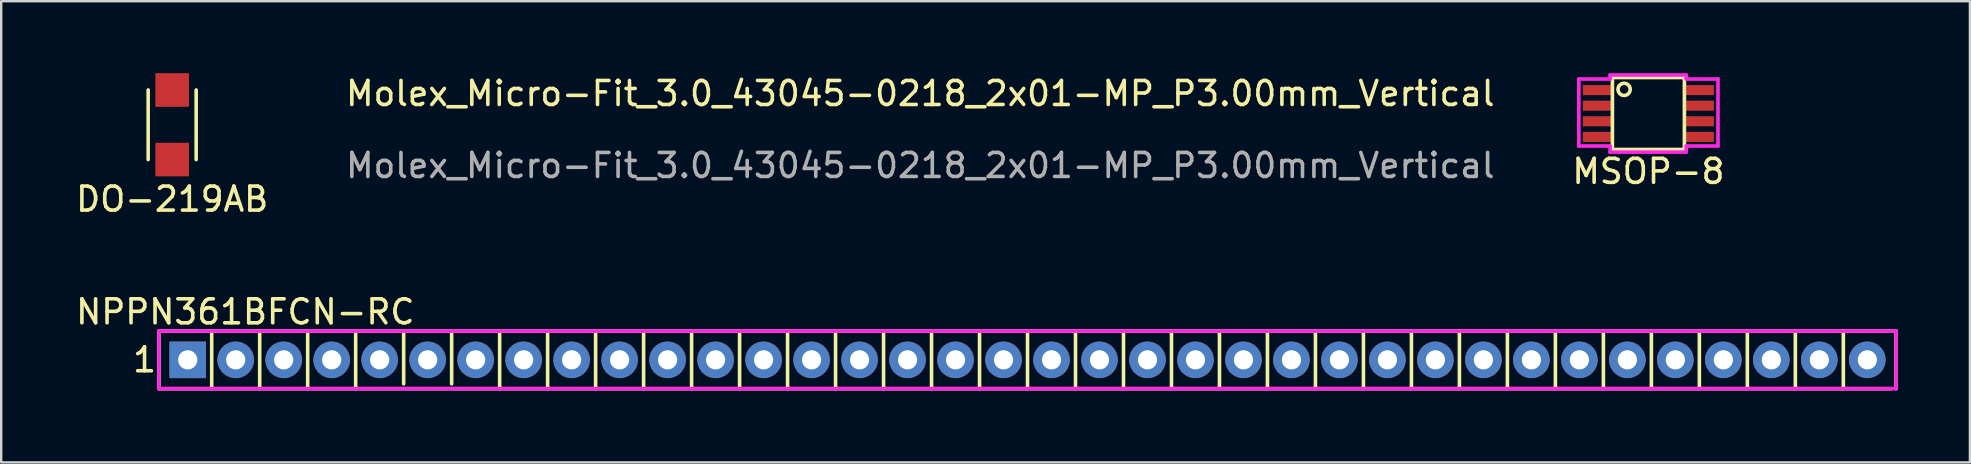
<source format=kicad_pcb>
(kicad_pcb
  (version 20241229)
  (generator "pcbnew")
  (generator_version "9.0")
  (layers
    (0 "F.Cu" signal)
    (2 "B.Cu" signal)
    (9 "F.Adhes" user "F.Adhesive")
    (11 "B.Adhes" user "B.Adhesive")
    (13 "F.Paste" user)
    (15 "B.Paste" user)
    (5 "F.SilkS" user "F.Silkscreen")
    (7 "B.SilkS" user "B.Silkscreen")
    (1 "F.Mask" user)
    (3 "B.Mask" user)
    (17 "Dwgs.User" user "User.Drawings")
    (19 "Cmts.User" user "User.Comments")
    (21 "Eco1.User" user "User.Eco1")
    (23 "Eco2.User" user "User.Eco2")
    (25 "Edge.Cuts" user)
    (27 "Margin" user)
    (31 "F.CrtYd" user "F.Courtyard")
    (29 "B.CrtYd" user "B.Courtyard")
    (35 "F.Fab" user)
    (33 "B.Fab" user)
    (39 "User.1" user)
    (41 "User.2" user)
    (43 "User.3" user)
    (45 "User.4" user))
  (footprint "DO-219AB"
    (layer "F.Cu")
    (at 4.125 2.15)
    (property "Reference" "DO-219AB" (at 0 3.1 0) (layer "F.SilkS") (effects (font (size 1 1) (thickness 0.15))))
    (attr through_hole)
    (fp_line (start -1 -1.45) (end -1 1.45) (stroke (width 0.15) (type solid)) (layer "F.SilkS"))
    (fp_line (start 1 -1.45) (end 1 1.45) (stroke (width 0.15) (type solid)) (layer "F.SilkS"))
    (pad "1" smd rect (at 0 -1.45) (size 1.4 1.4) (layers "F.Cu" "F.Mask" "F.Paste"))
    (pad "2" smd rect (at 0 1.45) (size 1.4 1.4) (layers "F.Cu" "F.Mask" "F.Paste")))
  (footprint "Molex_Micro-Fit_3.0_43045-0218_2x01-MP_P3.00mm_Vertical"
    (layer "F.Cu")
    (at 35.304 1.348)
    (property "Reference" "Molex_Micro-Fit_3.0_43045-0218_2x01-MP_P3.00mm_Vertical" (at 0 -0.5 0) (unlocked yes) (layer "F.SilkS") (effects (font (size 1 1) (thickness 0.15))))
    (attr smd)
    (fp_text user "${REFERENCE}" (at 0 2.5 0) (unlocked yes) (layer "F.Fab") (effects (font (size 1 1) (thickness 0.15)))))
  (footprint "MSOP-8"
    (layer "F.Cu")
    (at 65.649 1.68)
    (property "Reference" "MSOP-8" (at 0 2.413 0) (layer "F.SilkS") (effects (font (size 1 1) (thickness 0.15))))
    (attr smd)
    (fp_line (start -1.5 -1.5) (end -1.5 1.5) (stroke (width 0.15) (type solid)) (layer "F.SilkS"))
    (fp_line (start -1.5 1.5) (end 1.5 1.5) (stroke (width 0.15) (type solid)) (layer "F.SilkS"))
    (fp_line (start 1.5 -1.5) (end -1.5 -1.5) (stroke (width 0.15) (type solid)) (layer "F.SilkS"))
    (fp_line (start 1.5 1.5) (end 1.5 -1.5) (stroke (width 0.15) (type solid)) (layer "F.SilkS"))
    (fp_circle (center -1.013 -1.006) (end -1.013 -1.26) (stroke (width 0.15) (type solid)) (fill no) (layer "F.SilkS"))
    (fp_line (start -2.9 -1.438) (end -2.9 1.356) (stroke (width 0.15) (type solid)) (layer "F.CrtYd"))
    (fp_line (start -2.9 1.356) (end -1.597 1.356) (stroke (width 0.15) (type solid)) (layer "F.CrtYd"))
    (fp_line (start -1.597 -1.605) (end -1.597 -1.438) (stroke (width 0.15) (type solid)) (layer "F.CrtYd"))
    (fp_line (start -1.597 -1.438) (end -2.9 -1.438) (stroke (width 0.15) (type solid)) (layer "F.CrtYd"))
    (fp_line (start -1.597 1.356) (end -1.597 1.61) (stroke (width 0.15) (type solid)) (layer "F.CrtYd"))
    (fp_line (start -1.597 1.61) (end 1.577 1.61) (stroke (width 0.15) (type solid)) (layer "F.CrtYd"))
    (fp_line (start 1.577 -1.605) (end -1.597 -1.605) (stroke (width 0.15) (type solid)) (layer "F.CrtYd"))
    (fp_line (start 1.577 -1.438) (end 1.577 -1.605) (stroke (width 0.15) (type solid)) (layer "F.CrtYd"))
    (fp_line (start 1.577 1.356) (end 2.9 1.356) (stroke (width 0.15) (type solid)) (layer "F.CrtYd"))
    (fp_line (start 1.577 1.61) (end 1.577 1.356) (stroke (width 0.15) (type solid)) (layer "F.CrtYd"))
    (fp_line (start 2.9 -1.438) (end 1.577 -1.438) (stroke (width 0.15) (type solid)) (layer "F.CrtYd"))
    (fp_line (start 2.9 1.356) (end 2.9 -1.438) (stroke (width 0.15) (type solid)) (layer "F.CrtYd"))
    (pad "1" smd rect (at -2.106 -0.975) (size 1.25 0.42) (layers "F.Cu" "F.Mask" "F.Paste"))
    (pad "2" smd rect (at -2.106 -0.325) (size 1.25 0.42) (layers "F.Cu" "F.Mask" "F.Paste"))
    (pad "3" smd rect (at -2.106 0.325) (size 1.25 0.42) (layers "F.Cu" "F.Mask" "F.Paste"))
    (pad "4" smd rect (at -2.106 0.975) (size 1.25 0.42) (layers "F.Cu" "F.Mask" "F.Paste"))
    (pad "5" smd rect (at 2.106 0.975) (size 1.25 0.42) (layers "F.Cu" "F.Mask" "F.Paste"))
    (pad "6" smd rect (at 2.106 0.325) (size 1.25 0.42) (layers "F.Cu" "F.Mask" "F.Paste"))
    (pad "7" smd rect (at 2.106 -0.325) (size 1.25 0.42) (layers "F.Cu" "F.Mask" "F.Paste"))
    (pad "8" smd rect (at 2.106 -0.975) (size 1.25 0.42) (layers "F.Cu" "F.Mask" "F.Paste")))
  (footprint "NPPN361BFCN-RC"
    (layer "F.Cu")
    (at 4.773 11.947)
    (property "Reference" "NPPN361BFCN-RC" (at 2.4 -2 0) (layer "F.SilkS") (effects (font (size 1 1) (thickness 0.15))))
    (attr through_hole)
    (fp_line (start -1.2 -1.2) (end -1.2 1.2) (stroke (width 0.15) (type solid)) (layer "F.SilkS"))
    (fp_line (start -1.2 -1.2) (end 71.2 -1.2) (stroke (width 0.15) (type solid)) (layer "F.SilkS"))
    (fp_line (start -1.2 1.2) (end 71 1.2) (stroke (width 0.15) (type solid)) (layer "F.SilkS"))
    (fp_line (start 1 -1.2) (end 1 1.2) (stroke (width 0.15) (type solid)) (layer "F.SilkS"))
    (fp_line (start 3 1.2) (end 3 -1.2) (stroke (width 0.15) (type solid)) (layer "F.SilkS"))
    (fp_line (start 5 -1.2) (end 5 1.2) (stroke (width 0.15) (type solid)) (layer "F.SilkS"))
    (fp_line (start 7 1.2) (end 7 -1.2) (stroke (width 0.15) (type solid)) (layer "F.SilkS"))
    (fp_line (start 9 1) (end 9 -1.2) (stroke (width 0.15) (type solid)) (layer "F.SilkS"))
    (fp_line (start 11 -1.2) (end 11 1) (stroke (width 0.15) (type solid)) (layer "F.SilkS"))
    (fp_line (start 13 1.2) (end 13 -1.2) (stroke (width 0.15) (type solid)) (layer "F.SilkS"))
    (fp_line (start 15 -1.2) (end 15 1.2) (stroke (width 0.15) (type solid)) (layer "F.SilkS"))
    (fp_line (start 17 1.2) (end 17 -1.2) (stroke (width 0.15) (type solid)) (layer "F.SilkS"))
    (fp_line (start 19 1.2) (end 19 -1.2) (stroke (width 0.15) (type solid)) (layer "F.SilkS"))
    (fp_line (start 21 -1.2) (end 21 1.2) (stroke (width 0.15) (type solid)) (layer "F.SilkS"))
    (fp_line (start 23 1.2) (end 23 -1.2) (stroke (width 0.15) (type solid)) (layer "F.SilkS"))
    (fp_line (start 25 -1.2) (end 25 1.2) (stroke (width 0.15) (type solid)) (layer "F.SilkS"))
    (fp_line (start 27 -1.2) (end 27 1.2) (stroke (width 0.15) (type solid)) (layer "F.SilkS"))
    (fp_line (start 29 1.2) (end 29 -1.2) (stroke (width 0.15) (type solid)) (layer "F.SilkS"))
    (fp_line (start 31 1.2) (end 31 -1.2) (stroke (width 0.15) (type solid)) (layer "F.SilkS"))
    (fp_line (start 33 1.2) (end 33 -1.2) (stroke (width 0.15) (type solid)) (layer "F.SilkS"))
    (fp_line (start 35 1.2) (end 35 -1.2) (stroke (width 0.15) (type solid)) (layer "F.SilkS"))
    (fp_line (start 37 1.2) (end 37 -1.2) (stroke (width 0.15) (type solid)) (layer "F.SilkS"))
    (fp_line (start 39 -1.2) (end 39 1.2) (stroke (width 0.15) (type solid)) (layer "F.SilkS"))
    (fp_line (start 41 1.2) (end 41 -1.2) (stroke (width 0.15) (type solid)) (layer "F.SilkS"))
    (fp_line (start 43 1.2) (end 43 -1.2) (stroke (width 0.15) (type solid)) (layer "F.SilkS"))
    (fp_line (start 45 -1.2) (end 45 1.2) (stroke (width 0.15) (type solid)) (layer "F.SilkS"))
    (fp_line (start 47 1.2) (end 47 -1.2) (stroke (width 0.15) (type solid)) (layer "F.SilkS"))
    (fp_line (start 49 -1.2) (end 49 1.2) (stroke (width 0.15) (type solid)) (layer "F.SilkS"))
    (fp_line (start 51 -1.2) (end 51 1.2) (stroke (width 0.15) (type solid)) (layer "F.SilkS"))
    (fp_line (start 53 1.2) (end 53 -1.2) (stroke (width 0.15) (type solid)) (layer "F.SilkS"))
    (fp_line (start 55 -1.2) (end 55 1.2) (stroke (width 0.15) (type solid)) (layer "F.SilkS"))
    (fp_line (start 57 -1.2) (end 57 1.2) (stroke (width 0.15) (type solid)) (layer "F.SilkS"))
    (fp_line (start 59 -1.2) (end 59 1.2) (stroke (width 0.15) (type solid)) (layer "F.SilkS"))
    (fp_line (start 61 1.2) (end 61 -1.2) (stroke (width 0.15) (type solid)) (layer "F.SilkS"))
    (fp_line (start 63 1.2) (end 63 -1.2) (stroke (width 0.15) (type solid)) (layer "F.SilkS"))
    (fp_line (start 65 1.2) (end 65 -1.2) (stroke (width 0.15) (type solid)) (layer "F.SilkS"))
    (fp_line (start 67 1.2) (end 67 -1.2) (stroke (width 0.15) (type solid)) (layer "F.SilkS"))
    (fp_line (start 69 1.2) (end 69 -1.2) (stroke (width 0.15) (type solid)) (layer "F.SilkS"))
    (fp_line (start 71.2 1.2) (end 71.2 -1.2) (stroke (width 0.15) (type solid)) (layer "F.SilkS"))
    (fp_line (start -1.2 -1.2) (end -1.2 1.2) (stroke (width 0.15) (type solid)) (layer "F.CrtYd"))
    (fp_line (start -1.2 1.2) (end 71.2 1.2) (stroke (width 0.15) (type solid)) (layer "F.CrtYd"))
    (fp_line (start 71.2 -1.2) (end -1.2 -1.2) (stroke (width 0.15) (type solid)) (layer "F.CrtYd"))
    (fp_line (start 71.2 1.2) (end 71.2 -1.2) (stroke (width 0.15) (type solid)) (layer "F.CrtYd"))
    (fp_text user "1" (at -1.8 0 0) (layer "F.SilkS") (effects (font (size 1 1) (thickness 0.15))))
    (pad "1" thru_hole rect (at 0 0) (size 1.524 1.524) (drill 0.8) (layers "*.Cu" "*.Mask"))
    (pad "2" thru_hole circle (at 2 0) (size 1.524 1.524) (drill 0.8) (layers "*.Cu" "*.Mask"))
    (pad "3" thru_hole circle (at 4 0) (size 1.524 1.524) (drill 0.8) (layers "*.Cu" "*.Mask"))
    (pad "4" thru_hole circle (at 6 0) (size 1.524 1.524) (drill 0.8) (layers "*.Cu" "*.Mask"))
    (pad "5" thru_hole circle (at 8 0) (size 1.524 1.524) (drill 0.8) (layers "*.Cu" "*.Mask"))
    (pad "6" thru_hole circle (at 10 0) (size 1.524 1.524) (drill 0.8) (layers "*.Cu" "*.Mask"))
    (pad "7" thru_hole circle (at 12 0) (size 1.524 1.524) (drill 0.8) (layers "*.Cu" "*.Mask"))
    (pad "8" thru_hole circle (at 14 0) (size 1.524 1.524) (drill 0.8) (layers "*.Cu" "*.Mask"))
    (pad "9" thru_hole circle (at 16 0) (size 1.524 1.524) (drill 0.8) (layers "*.Cu" "*.Mask"))
    (pad "10" thru_hole circle (at 18 0) (size 1.524 1.524) (drill 0.8) (layers "*.Cu" "*.Mask"))
    (pad "11" thru_hole circle (at 20 0) (size 1.524 1.524) (drill 0.8) (layers "*.Cu" "*.Mask"))
    (pad "12" thru_hole circle (at 22 0) (size 1.524 1.524) (drill 0.8) (layers "*.Cu" "*.Mask"))
    (pad "13" thru_hole circle (at 24 0) (size 1.524 1.524) (drill 0.8) (layers "*.Cu" "*.Mask"))
    (pad "14" thru_hole circle (at 26 0) (size 1.524 1.524) (drill 0.8) (layers "*.Cu" "*.Mask"))
    (pad "15" thru_hole circle (at 28 0) (size 1.524 1.524) (drill 0.8) (layers "*.Cu" "*.Mask"))
    (pad "16" thru_hole circle (at 30 0) (size 1.524 1.524) (drill 0.8) (layers "*.Cu" "*.Mask"))
    (pad "17" thru_hole circle (at 32 0) (size 1.524 1.524) (drill 0.8) (layers "*.Cu" "*.Mask"))
    (pad "18" thru_hole circle (at 34 0) (size 1.524 1.524) (drill 0.8) (layers "*.Cu" "*.Mask"))
    (pad "19" thru_hole circle (at 36 0) (size 1.524 1.524) (drill 0.8) (layers "*.Cu" "*.Mask"))
    (pad "20" thru_hole circle (at 38 0) (size 1.524 1.524) (drill 0.8) (layers "*.Cu" "*.Mask"))
    (pad "21" thru_hole circle (at 40 0) (size 1.524 1.524) (drill 0.8) (layers "*.Cu" "*.Mask"))
    (pad "22" thru_hole circle (at 42 0) (size 1.524 1.524) (drill 0.8) (layers "*.Cu" "*.Mask"))
    (pad "23" thru_hole circle (at 44 0) (size 1.524 1.524) (drill 0.8) (layers "*.Cu" "*.Mask"))
    (pad "24" thru_hole circle (at 46 0) (size 1.524 1.524) (drill 0.8) (layers "*.Cu" "*.Mask"))
    (pad "25" thru_hole circle (at 48 0) (size 1.524 1.524) (drill 0.8) (layers "*.Cu" "*.Mask"))
    (pad "26" thru_hole circle (at 50 0) (size 1.524 1.524) (drill 0.8) (layers "*.Cu" "*.Mask"))
    (pad "27" thru_hole circle (at 52 0) (size 1.524 1.524) (drill 0.8) (layers "*.Cu" "*.Mask"))
    (pad "28" thru_hole circle (at 54 0) (size 1.524 1.524) (drill 0.8) (layers "*.Cu" "*.Mask"))
    (pad "29" thru_hole circle (at 56 0) (size 1.524 1.524) (drill 0.8) (layers "*.Cu" "*.Mask"))
    (pad "30" thru_hole circle (at 58 0) (size 1.524 1.524) (drill 0.8) (layers "*.Cu" "*.Mask"))
    (pad "31" thru_hole circle (at 60 0) (size 1.524 1.524) (drill 0.8) (layers "*.Cu" "*.Mask"))
    (pad "32" thru_hole circle (at 62 0) (size 1.524 1.524) (drill 0.8) (layers "*.Cu" "*.Mask"))
    (pad "33" thru_hole circle (at 64 0) (size 1.524 1.524) (drill 0.8) (layers "*.Cu" "*.Mask"))
    (pad "34" thru_hole circle (at 66 0) (size 1.524 1.524) (drill 0.8) (layers "*.Cu" "*.Mask"))
    (pad "35" thru_hole circle (at 68 0) (size 1.524 1.524) (drill 0.8) (layers "*.Cu" "*.Mask"))
    (pad "36" thru_hole circle (at 70 0) (size 1.524 1.524) (drill 0.8) (layers "*.Cu" "*.Mask")))
  (gr_rect
    (start -3 -3)
    (end 79.048 16.221)
    (stroke (width 0.1) (type default))
    (fill no)
    (layer "Edge.Cuts")))
</source>
